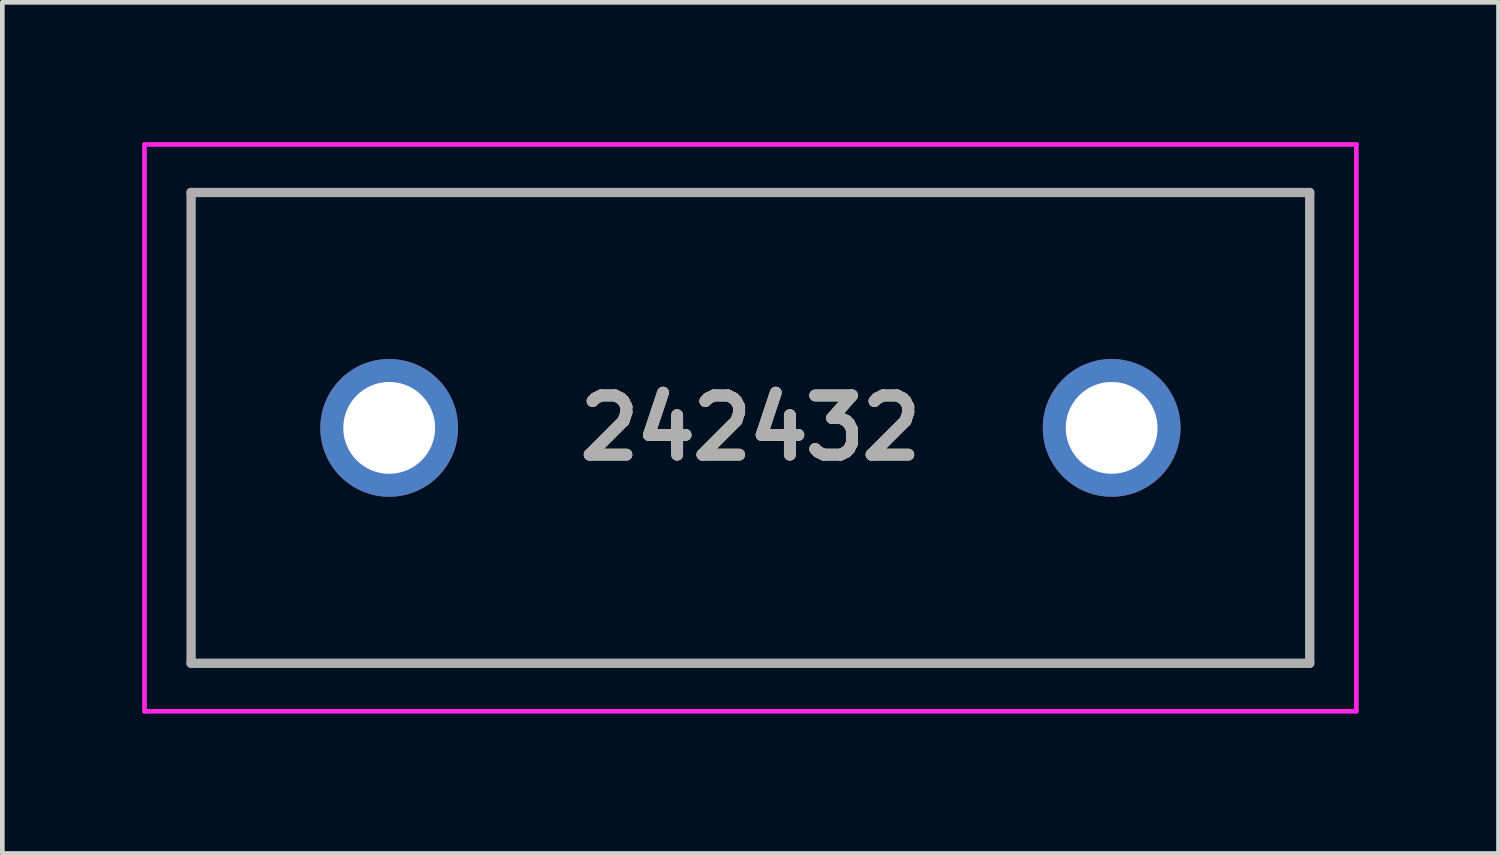
<source format=kicad_pcb>
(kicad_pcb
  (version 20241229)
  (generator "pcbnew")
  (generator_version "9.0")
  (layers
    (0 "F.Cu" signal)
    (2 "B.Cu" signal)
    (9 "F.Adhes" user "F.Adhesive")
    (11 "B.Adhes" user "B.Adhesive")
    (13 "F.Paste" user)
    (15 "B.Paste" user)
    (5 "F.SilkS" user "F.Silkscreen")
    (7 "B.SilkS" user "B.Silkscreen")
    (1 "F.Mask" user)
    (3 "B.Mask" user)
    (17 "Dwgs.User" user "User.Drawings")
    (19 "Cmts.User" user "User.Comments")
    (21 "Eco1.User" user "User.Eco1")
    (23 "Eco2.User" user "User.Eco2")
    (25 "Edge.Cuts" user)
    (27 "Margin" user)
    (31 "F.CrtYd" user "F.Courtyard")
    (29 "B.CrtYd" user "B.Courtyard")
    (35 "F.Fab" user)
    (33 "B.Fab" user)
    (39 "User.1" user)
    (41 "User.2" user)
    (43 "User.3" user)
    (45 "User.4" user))
  (footprint "242432"
    (layer "F.Cu")
    (at 5.3 6.13)
    (property "Reference" "242432" (at 7.75 0 0) (layer "F.SilkS") (effects (font (size 1.27 1.27) (thickness 0.254))))
    (attr through_hole)
    (fp_line (start -4.25 -5.08) (end 19.75 -5.08) (stroke (width 0.1) (type solid)) (layer "F.SilkS"))
    (fp_line (start -4.25 5.08) (end -4.25 -5.08) (stroke (width 0.1) (type solid)) (layer "F.SilkS"))
    (fp_line (start 19.75 -5.08) (end 19.75 5.08) (stroke (width 0.1) (type solid)) (layer "F.SilkS"))
    (fp_line (start 19.75 5.08) (end -4.25 5.08) (stroke (width 0.1) (type solid)) (layer "F.SilkS"))
    (fp_line (start -5.25 -6.08) (end 20.75 -6.08) (stroke (width 0.1) (type solid)) (layer "F.CrtYd"))
    (fp_line (start -5.25 6.08) (end -5.25 -6.08) (stroke (width 0.1) (type solid)) (layer "F.CrtYd"))
    (fp_line (start 20.75 -6.08) (end 20.75 6.08) (stroke (width 0.1) (type solid)) (layer "F.CrtYd"))
    (fp_line (start 20.75 6.08) (end -5.25 6.08) (stroke (width 0.1) (type solid)) (layer "F.CrtYd"))
    (fp_line (start -4.25 -5.05) (end 19.75 -5.05) (stroke (width 0.2) (type solid)) (layer "F.Fab"))
    (fp_line (start -4.25 5.05) (end -4.25 -5.05) (stroke (width 0.2) (type solid)) (layer "F.Fab"))
    (fp_line (start 19.75 -5.05) (end 19.75 5.05) (stroke (width 0.2) (type solid)) (layer "F.Fab"))
    (fp_line (start 19.75 5.05) (end -4.25 5.05) (stroke (width 0.2) (type solid)) (layer "F.Fab"))
    (fp_text user "${REFERENCE}" (at 7.75 0 0) (layer "F.Fab") (effects (font (size 1.27 1.27) (thickness 0.254))))
    (pad "1" thru_hole circle (at 0 0) (size 2.955 2.955) (drill 1.97) (layers "*.Cu" "*.Mask"))
    (pad "2" thru_hole circle (at 15.5 0) (size 2.955 2.955) (drill 1.97) (layers "*.Cu" "*.Mask")))
  (gr_rect
    (start -3 -3)
    (end 29.1 15.26)
    (stroke (width 0.1) (type default))
    (fill no)
    (layer "Edge.Cuts")))
</source>
